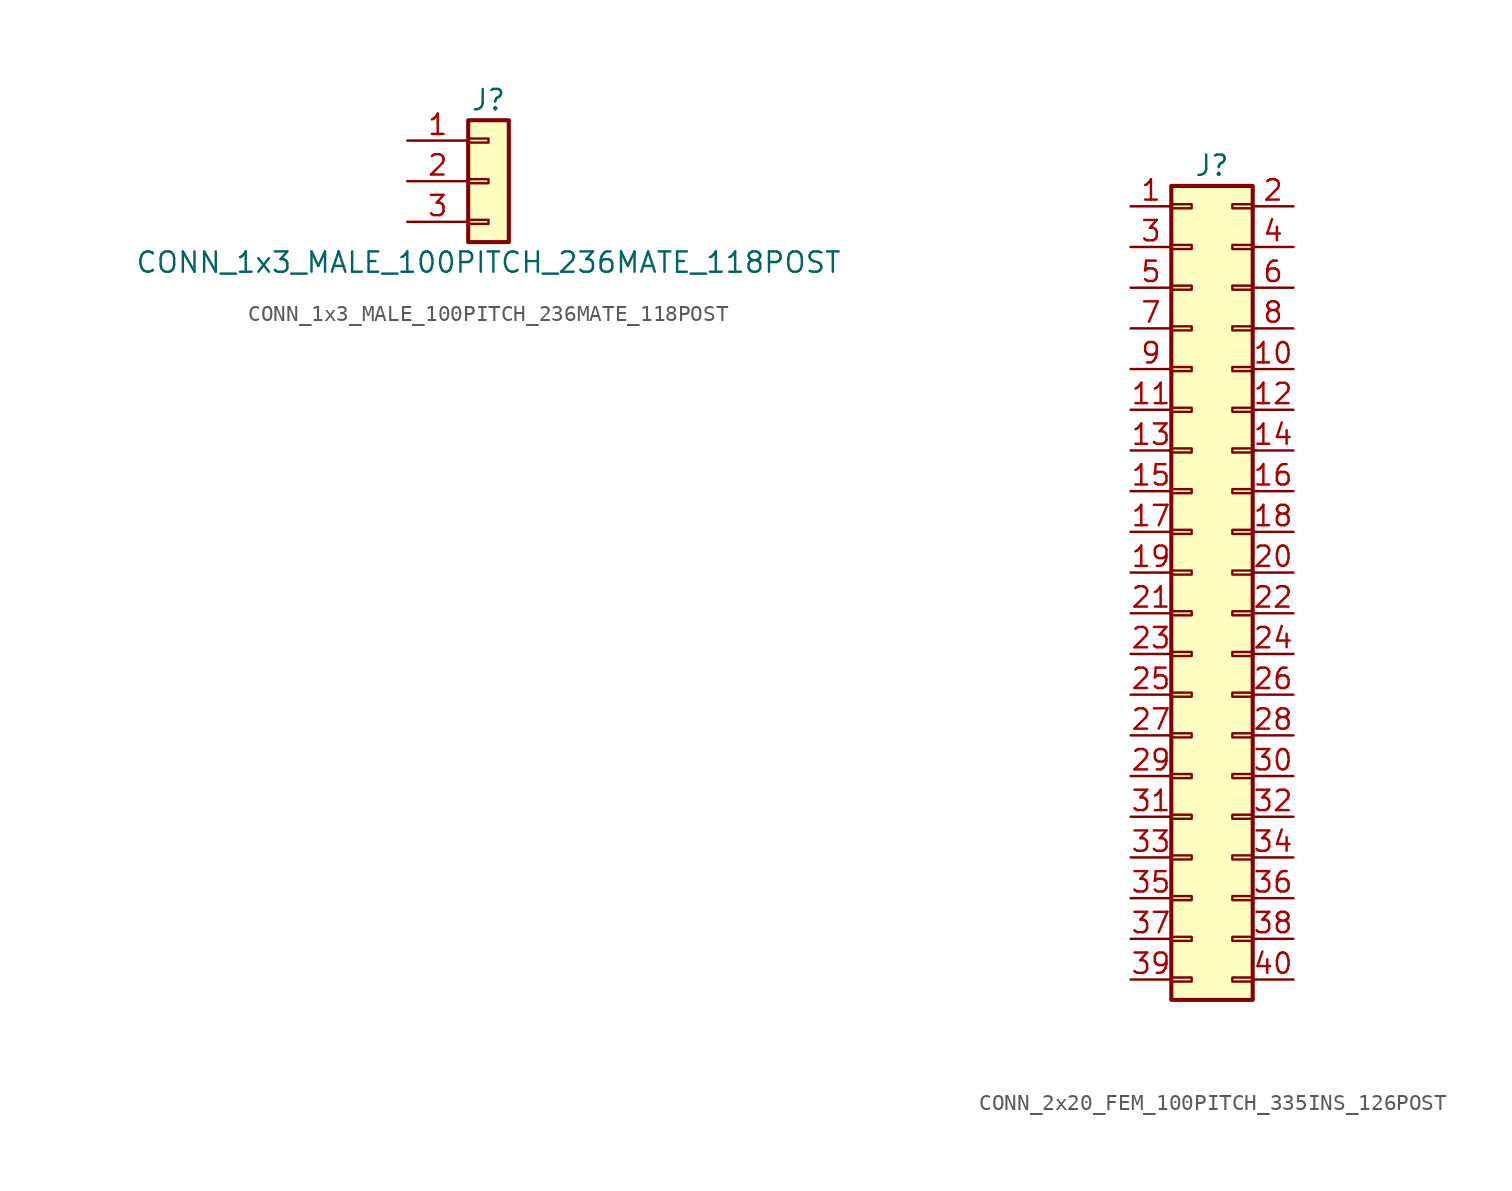
<source format=kicad_sym>
(kicad_symbol_lib
  (version 20211014)
  (generator kicad_symbol_editor)
  (symbol "CONN_1x3_MALE_100PITCH_236MATE_118POST"
    (pin_names
      (offset 1.016) hide)
    (property "Reference" "J"
      (at 0 5.08 0)
      (effects (font (size 1.27 1.27))))
    (property "Value" "CONN_1x3_MALE_100PITCH_236MATE_118POST"
      (at 0 -5.08 0)
      (effects (font (size 1.27 1.27))))
    (symbol "CONN_1x3_MALE_100PITCH_236MATE_118POST_1_1"
      (rectangle (start -1.27 -2.413) (end 0 -2.667) (stroke (width 0.152) (type default) (color 0 0 0 0)) (fill (type none)))
      (rectangle (start -1.27 0.127) (end 0 -0.127) (stroke (width 0.152) (type default) (color 0 0 0 0)) (fill (type none)))
      (rectangle (start -1.27 2.667) (end 0 2.413) (stroke (width 0.152) (type default) (color 0 0 0 0)) (fill (type none)))
      (rectangle (start -1.27 3.81) (end 1.27 -3.81) (stroke (width 0.254) (type default) (color 0 0 0 0)) (fill (type background)))
      (pin passive line (at -5.08 2.54 0) (length 3.81) (name "Pin_1" (effects (font (size 1.27 1.27)))) (number "1" (effects (font (size 1.27 1.27)))))
      (pin passive line (at -5.08 0 0) (length 3.81) (name "Pin_2" (effects (font (size 1.27 1.27)))) (number "2" (effects (font (size 1.27 1.27)))))
      (pin passive line (at -5.08 -2.54 0) (length 3.81) (name "Pin_3" (effects (font (size 1.27 1.27)))) (number "3" (effects (font (size 1.27 1.27)))))))
  (symbol "CONN_2x20_FEM_100PITCH_335INS_126POST"
    (pin_names
      (offset 0) hide)
    (property "Reference" "J"
      (at 0 25.4 0)
      (effects (font (size 1.27 1.27))))
    (symbol "CONN_2x20_FEM_100PITCH_335INS_126POST_1_1"
      (rectangle (start -2.54 -25.273) (end -1.27 -25.527) (stroke (width 0.152) (type default) (color 0 0 0 0)) (fill (type none)))
      (rectangle (start -2.54 -22.733) (end -1.27 -22.987) (stroke (width 0.152) (type default) (color 0 0 0 0)) (fill (type none)))
      (rectangle (start -2.54 -20.193) (end -1.27 -20.447) (stroke (width 0.152) (type default) (color 0 0 0 0)) (fill (type none)))
      (rectangle (start -2.54 -17.653) (end -1.27 -17.907) (stroke (width 0.152) (type default) (color 0 0 0 0)) (fill (type none)))
      (rectangle (start -2.54 -15.113) (end -1.27 -15.367) (stroke (width 0.152) (type default) (color 0 0 0 0)) (fill (type none)))
      (rectangle (start -2.54 -12.573) (end -1.27 -12.827) (stroke (width 0.152) (type default) (color 0 0 0 0)) (fill (type none)))
      (rectangle (start -2.54 -10.033) (end -1.27 -10.287) (stroke (width 0.152) (type default) (color 0 0 0 0)) (fill (type none)))
      (rectangle (start -2.54 -7.493) (end -1.27 -7.747) (stroke (width 0.152) (type default) (color 0 0 0 0)) (fill (type none)))
      (rectangle (start -2.54 -4.953) (end -1.27 -5.207) (stroke (width 0.152) (type default) (color 0 0 0 0)) (fill (type none)))
      (rectangle (start -2.54 -2.413) (end -1.27 -2.667) (stroke (width 0.152) (type default) (color 0 0 0 0)) (fill (type none)))
      (rectangle (start -2.54 0.127) (end -1.27 -0.127) (stroke (width 0.152) (type default) (color 0 0 0 0)) (fill (type none)))
      (rectangle (start -2.54 2.667) (end -1.27 2.413) (stroke (width 0.152) (type default) (color 0 0 0 0)) (fill (type none)))
      (rectangle (start -2.54 5.207) (end -1.27 4.953) (stroke (width 0.152) (type default) (color 0 0 0 0)) (fill (type none)))
      (rectangle (start -2.54 7.747) (end -1.27 7.493) (stroke (width 0.152) (type default) (color 0 0 0 0)) (fill (type none)))
      (rectangle (start -2.54 10.287) (end -1.27 10.033) (stroke (width 0.152) (type default) (color 0 0 0 0)) (fill (type none)))
      (rectangle (start -2.54 12.827) (end -1.27 12.573) (stroke (width 0.152) (type default) (color 0 0 0 0)) (fill (type none)))
      (rectangle (start -2.54 15.367) (end -1.27 15.113) (stroke (width 0.152) (type default) (color 0 0 0 0)) (fill (type none)))
      (rectangle (start -2.54 17.907) (end -1.27 17.653) (stroke (width 0.152) (type default) (color 0 0 0 0)) (fill (type none)))
      (rectangle (start -2.54 20.447) (end -1.27 20.193) (stroke (width 0.152) (type default) (color 0 0 0 0)) (fill (type none)))
      (rectangle (start -2.54 22.987) (end -1.27 22.733) (stroke (width 0.152) (type default) (color 0 0 0 0)) (fill (type none)))
      (rectangle (start -2.54 24.13) (end 2.54 -26.67) (stroke (width 0.254) (type default) (color 0 0 0 0)) (fill (type background)))
      (rectangle (start 2.54 -25.273) (end 1.27 -25.527) (stroke (width 0.152) (type default) (color 0 0 0 0)) (fill (type none)))
      (rectangle (start 2.54 -22.733) (end 1.27 -22.987) (stroke (width 0.152) (type default) (color 0 0 0 0)) (fill (type none)))
      (rectangle (start 2.54 -20.193) (end 1.27 -20.447) (stroke (width 0.152) (type default) (color 0 0 0 0)) (fill (type none)))
      (rectangle (start 2.54 -17.653) (end 1.27 -17.907) (stroke (width 0.152) (type default) (color 0 0 0 0)) (fill (type none)))
      (rectangle (start 2.54 -15.113) (end 1.27 -15.367) (stroke (width 0.152) (type default) (color 0 0 0 0)) (fill (type none)))
      (rectangle (start 2.54 -12.573) (end 1.27 -12.827) (stroke (width 0.152) (type default) (color 0 0 0 0)) (fill (type none)))
      (rectangle (start 2.54 -10.033) (end 1.27 -10.287) (stroke (width 0.152) (type default) (color 0 0 0 0)) (fill (type none)))
      (rectangle (start 2.54 -7.493) (end 1.27 -7.747) (stroke (width 0.152) (type default) (color 0 0 0 0)) (fill (type none)))
      (rectangle (start 2.54 -4.953) (end 1.27 -5.207) (stroke (width 0.152) (type default) (color 0 0 0 0)) (fill (type none)))
      (rectangle (start 2.54 -2.413) (end 1.27 -2.667) (stroke (width 0.152) (type default) (color 0 0 0 0)) (fill (type none)))
      (rectangle (start 2.54 0.127) (end 1.27 -0.127) (stroke (width 0.152) (type default) (color 0 0 0 0)) (fill (type none)))
      (rectangle (start 2.54 2.667) (end 1.27 2.413) (stroke (width 0.152) (type default) (color 0 0 0 0)) (fill (type none)))
      (rectangle (start 2.54 5.207) (end 1.27 4.953) (stroke (width 0.152) (type default) (color 0 0 0 0)) (fill (type none)))
      (rectangle (start 2.54 7.747) (end 1.27 7.493) (stroke (width 0.152) (type default) (color 0 0 0 0)) (fill (type none)))
      (rectangle (start 2.54 10.287) (end 1.27 10.033) (stroke (width 0.152) (type default) (color 0 0 0 0)) (fill (type none)))
      (rectangle (start 2.54 12.827) (end 1.27 12.573) (stroke (width 0.152) (type default) (color 0 0 0 0)) (fill (type none)))
      (rectangle (start 2.54 15.367) (end 1.27 15.113) (stroke (width 0.152) (type default) (color 0 0 0 0)) (fill (type none)))
      (rectangle (start 2.54 17.907) (end 1.27 17.653) (stroke (width 0.152) (type default) (color 0 0 0 0)) (fill (type none)))
      (rectangle (start 2.54 20.447) (end 1.27 20.193) (stroke (width 0.152) (type default) (color 0 0 0 0)) (fill (type none)))
      (rectangle (start 2.54 22.987) (end 1.27 22.733) (stroke (width 0.152) (type default) (color 0 0 0 0)) (fill (type none)))
      (pin passive line (at -5.08 22.86 0) (length 2.54) (name "Pin_1" (effects (font (size 1.27 1.27)))) (number "1" (effects (font (size 1.27 1.27)))))
      (pin passive line (at 5.08 12.7 180) (length 2.54) (name "Pin_10" (effects (font (size 1.27 1.27)))) (number "10" (effects (font (size 1.27 1.27)))))
      (pin passive line (at -5.08 10.16 0) (length 2.54) (name "Pin_11" (effects (font (size 1.27 1.27)))) (number "11" (effects (font (size 1.27 1.27)))))
      (pin passive line (at 5.08 10.16 180) (length 2.54) (name "Pin_12" (effects (font (size 1.27 1.27)))) (number "12" (effects (font (size 1.27 1.27)))))
      (pin passive line (at -5.08 7.62 0) (length 2.54) (name "Pin_13" (effects (font (size 1.27 1.27)))) (number "13" (effects (font (size 1.27 1.27)))))
      (pin passive line (at 5.08 7.62 180) (length 2.54) (name "Pin_14" (effects (font (size 1.27 1.27)))) (number "14" (effects (font (size 1.27 1.27)))))
      (pin passive line (at -5.08 5.08 0) (length 2.54) (name "Pin_15" (effects (font (size 1.27 1.27)))) (number "15" (effects (font (size 1.27 1.27)))))
      (pin passive line (at 5.08 5.08 180) (length 2.54) (name "Pin_16" (effects (font (size 1.27 1.27)))) (number "16" (effects (font (size 1.27 1.27)))))
      (pin passive line (at -5.08 2.54 0) (length 2.54) (name "Pin_17" (effects (font (size 1.27 1.27)))) (number "17" (effects (font (size 1.27 1.27)))))
      (pin passive line (at 5.08 2.54 180) (length 2.54) (name "Pin_18" (effects (font (size 1.27 1.27)))) (number "18" (effects (font (size 1.27 1.27)))))
      (pin passive line (at -5.08 0 0) (length 2.54) (name "Pin_19" (effects (font (size 1.27 1.27)))) (number "19" (effects (font (size 1.27 1.27)))))
      (pin passive line (at 5.08 22.86 180) (length 2.54) (name "Pin_2" (effects (font (size 1.27 1.27)))) (number "2" (effects (font (size 1.27 1.27)))))
      (pin passive line (at 5.08 0 180) (length 2.54) (name "Pin_20" (effects (font (size 1.27 1.27)))) (number "20" (effects (font (size 1.27 1.27)))))
      (pin passive line (at -5.08 -2.54 0) (length 2.54) (name "Pin_21" (effects (font (size 1.27 1.27)))) (number "21" (effects (font (size 1.27 1.27)))))
      (pin passive line (at 5.08 -2.54 180) (length 2.54) (name "Pin_22" (effects (font (size 1.27 1.27)))) (number "22" (effects (font (size 1.27 1.27)))))
      (pin passive line (at -5.08 -5.08 0) (length 2.54) (name "Pin_23" (effects (font (size 1.27 1.27)))) (number "23" (effects (font (size 1.27 1.27)))))
      (pin passive line (at 5.08 -5.08 180) (length 2.54) (name "Pin_24" (effects (font (size 1.27 1.27)))) (number "24" (effects (font (size 1.27 1.27)))))
      (pin passive line (at -5.08 -7.62 0) (length 2.54) (name "Pin_25" (effects (font (size 1.27 1.27)))) (number "25" (effects (font (size 1.27 1.27)))))
      (pin passive line (at 5.08 -7.62 180) (length 2.54) (name "Pin_26" (effects (font (size 1.27 1.27)))) (number "26" (effects (font (size 1.27 1.27)))))
      (pin passive line (at -5.08 -10.16 0) (length 2.54) (name "Pin_27" (effects (font (size 1.27 1.27)))) (number "27" (effects (font (size 1.27 1.27)))))
      (pin passive line (at 5.08 -10.16 180) (length 2.54) (name "Pin_28" (effects (font (size 1.27 1.27)))) (number "28" (effects (font (size 1.27 1.27)))))
      (pin passive line (at -5.08 -12.7 0) (length 2.54) (name "Pin_29" (effects (font (size 1.27 1.27)))) (number "29" (effects (font (size 1.27 1.27)))))
      (pin passive line (at -5.08 20.32 0) (length 2.54) (name "Pin_3" (effects (font (size 1.27 1.27)))) (number "3" (effects (font (size 1.27 1.27)))))
      (pin passive line (at 5.08 -12.7 180) (length 2.54) (name "Pin_30" (effects (font (size 1.27 1.27)))) (number "30" (effects (font (size 1.27 1.27)))))
      (pin passive line (at -5.08 -15.24 0) (length 2.54) (name "Pin_31" (effects (font (size 1.27 1.27)))) (number "31" (effects (font (size 1.27 1.27)))))
      (pin passive line (at 5.08 -15.24 180) (length 2.54) (name "Pin_32" (effects (font (size 1.27 1.27)))) (number "32" (effects (font (size 1.27 1.27)))))
      (pin passive line (at -5.08 -17.78 0) (length 2.54) (name "Pin_33" (effects (font (size 1.27 1.27)))) (number "33" (effects (font (size 1.27 1.27)))))
      (pin passive line (at 5.08 -17.78 180) (length 2.54) (name "Pin_34" (effects (font (size 1.27 1.27)))) (number "34" (effects (font (size 1.27 1.27)))))
      (pin passive line (at -5.08 -20.32 0) (length 2.54) (name "Pin_35" (effects (font (size 1.27 1.27)))) (number "35" (effects (font (size 1.27 1.27)))))
      (pin passive line (at 5.08 -20.32 180) (length 2.54) (name "Pin_36" (effects (font (size 1.27 1.27)))) (number "36" (effects (font (size 1.27 1.27)))))
      (pin passive line (at -5.08 -22.86 0) (length 2.54) (name "Pin_37" (effects (font (size 1.27 1.27)))) (number "37" (effects (font (size 1.27 1.27)))))
      (pin passive line (at 5.08 -22.86 180) (length 2.54) (name "Pin_38" (effects (font (size 1.27 1.27)))) (number "38" (effects (font (size 1.27 1.27)))))
      (pin passive line (at -5.08 -25.4 0) (length 2.54) (name "Pin_39" (effects (font (size 1.27 1.27)))) (number "39" (effects (font (size 1.27 1.27)))))
      (pin passive line (at 5.08 20.32 180) (length 2.54) (name "Pin_4" (effects (font (size 1.27 1.27)))) (number "4" (effects (font (size 1.27 1.27)))))
      (pin passive line (at 5.08 -25.4 180) (length 2.54) (name "Pin_40" (effects (font (size 1.27 1.27)))) (number "40" (effects (font (size 1.27 1.27)))))
      (pin passive line (at -5.08 17.78 0) (length 2.54) (name "Pin_5" (effects (font (size 1.27 1.27)))) (number "5" (effects (font (size 1.27 1.27)))))
      (pin passive line (at 5.08 17.78 180) (length 2.54) (name "Pin_6" (effects (font (size 1.27 1.27)))) (number "6" (effects (font (size 1.27 1.27)))))
      (pin passive line (at -5.08 15.24 0) (length 2.54) (name "Pin_7" (effects (font (size 1.27 1.27)))) (number "7" (effects (font (size 1.27 1.27)))))
      (pin passive line (at 5.08 15.24 180) (length 2.54) (name "Pin_8" (effects (font (size 1.27 1.27)))) (number "8" (effects (font (size 1.27 1.27)))))
      (pin passive line (at -5.08 12.7 0) (length 2.54) (name "Pin_9" (effects (font (size 1.27 1.27)))) (number "9" (effects (font (size 1.27 1.27))))))))
</source>
